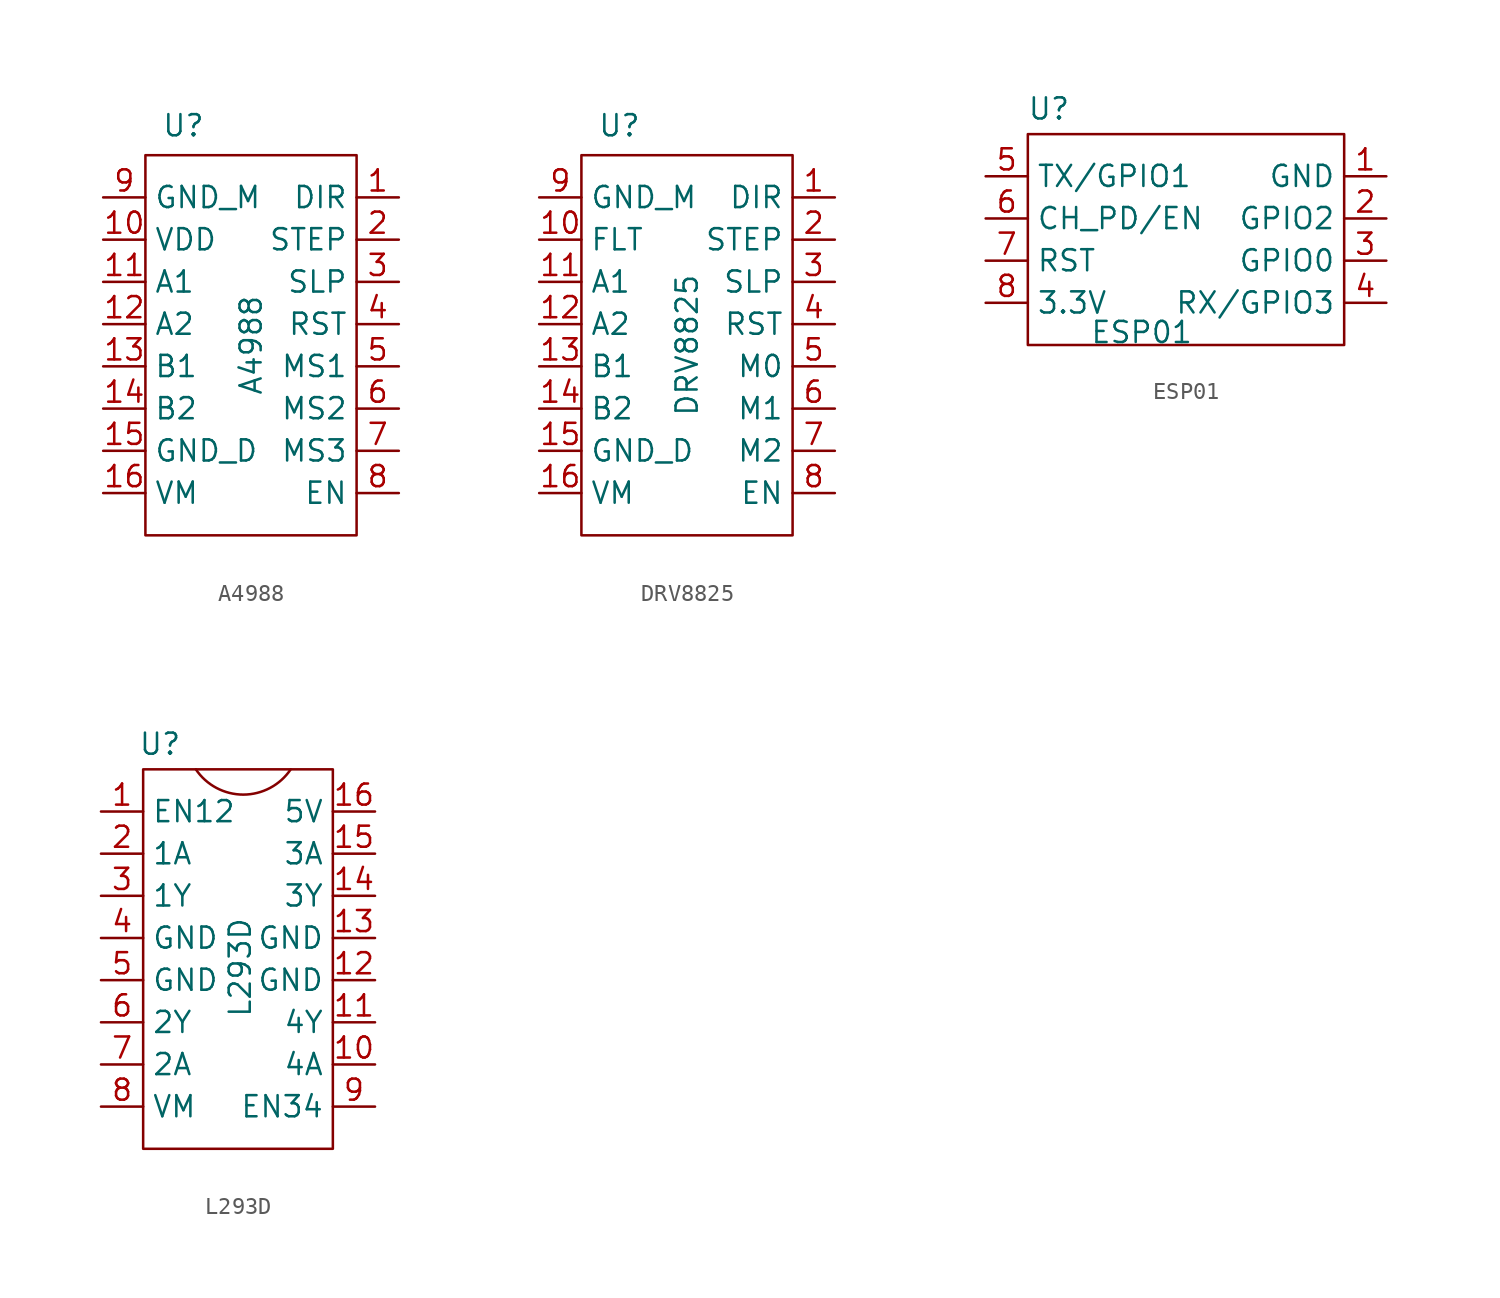
<source format=kicad_sym>
(kicad_symbol_lib
  (version 20231120)
  (generator "kicad_symbol_editor")
  (generator_version "8.0")
  (symbol "A4988"
    (property "Reference" "U"
      (at -4.064 13.208 0)
      (effects (font (size 1.27 1.27))))
    (property "Value" "A4988"
      (at 0 0 90)
      (effects (font (size 1.27 1.27))))
    (symbol "A4988_0_1"
      (rectangle (start -6.35 11.43) (end 6.35 -11.43) (stroke (width 0) (type default)) (fill (type none))))
    (symbol "A4988_1_1"
      (pin input line (at 8.89 8.89 180) (length 2.54) (name "DIR" (effects (font (size 1.27 1.27)))) (number "1" (effects (font (size 1.27 1.27)))))
      (pin input line (at -8.89 6.35 0) (length 2.54) (name "VDD" (effects (font (size 1.27 1.27)))) (number "10" (effects (font (size 1.27 1.27)))))
      (pin output line (at -8.89 3.81 0) (length 2.54) (name "A1" (effects (font (size 1.27 1.27)))) (number "11" (effects (font (size 1.27 1.27)))))
      (pin output line (at -8.89 1.27 0) (length 2.54) (name "A2" (effects (font (size 1.27 1.27)))) (number "12" (effects (font (size 1.27 1.27)))))
      (pin output line (at -8.89 -1.27 0) (length 2.54) (name "B1" (effects (font (size 1.27 1.27)))) (number "13" (effects (font (size 1.27 1.27)))))
      (pin output line (at -8.89 -3.81 0) (length 2.54) (name "B2" (effects (font (size 1.27 1.27)))) (number "14" (effects (font (size 1.27 1.27)))))
      (pin power_in line (at -8.89 -6.35 0) (length 2.54) (name "GND_D" (effects (font (size 1.27 1.27)))) (number "15" (effects (font (size 1.27 1.27)))))
      (pin power_in line (at -8.89 -8.89 0) (length 2.54) (name "VM" (effects (font (size 1.27 1.27)))) (number "16" (effects (font (size 1.27 1.27)))))
      (pin input line (at 8.89 6.35 180) (length 2.54) (name "STEP" (effects (font (size 1.27 1.27)))) (number "2" (effects (font (size 1.27 1.27)))))
      (pin input line (at 8.89 3.81 180) (length 2.54) (name "SLP" (effects (font (size 1.27 1.27)))) (number "3" (effects (font (size 1.27 1.27)))))
      (pin input line (at 8.89 1.27 180) (length 2.54) (name "RST" (effects (font (size 1.27 1.27)))) (number "4" (effects (font (size 1.27 1.27)))))
      (pin input line (at 8.89 -1.27 180) (length 2.54) (name "MS1" (effects (font (size 1.27 1.27)))) (number "5" (effects (font (size 1.27 1.27)))))
      (pin input line (at 8.89 -3.81 180) (length 2.54) (name "MS2" (effects (font (size 1.27 1.27)))) (number "6" (effects (font (size 1.27 1.27)))))
      (pin input line (at 8.89 -6.35 180) (length 2.54) (name "MS3" (effects (font (size 1.27 1.27)))) (number "7" (effects (font (size 1.27 1.27)))))
      (pin input line (at 8.89 -8.89 180) (length 2.54) (name "EN" (effects (font (size 1.27 1.27)))) (number "8" (effects (font (size 1.27 1.27)))))
      (pin power_in line (at -8.89 8.89 0) (length 2.54) (name "GND_M" (effects (font (size 1.27 1.27)))) (number "9" (effects (font (size 1.27 1.27)))))))
  (symbol "DRV8825"
    (property "Reference" "U"
      (at -4.064 13.208 0)
      (effects (font (size 1.27 1.27))))
    (property "Value" "DRV8825"
      (at 0 0 90)
      (effects (font (size 1.27 1.27))))
    (symbol "DRV8825_0_1"
      (rectangle (start -6.35 11.43) (end 6.35 -11.43) (stroke (width 0) (type default)) (fill (type none))))
    (symbol "DRV8825_1_1"
      (pin input line (at 8.89 8.89 180) (length 2.54) (name "DIR" (effects (font (size 1.27 1.27)))) (number "1" (effects (font (size 1.27 1.27)))))
      (pin output line (at -8.89 6.35 0) (length 2.54) (name "FLT" (effects (font (size 1.27 1.27)))) (number "10" (effects (font (size 1.27 1.27)))))
      (pin output line (at -8.89 3.81 0) (length 2.54) (name "A1" (effects (font (size 1.27 1.27)))) (number "11" (effects (font (size 1.27 1.27)))))
      (pin output line (at -8.89 1.27 0) (length 2.54) (name "A2" (effects (font (size 1.27 1.27)))) (number "12" (effects (font (size 1.27 1.27)))))
      (pin output line (at -8.89 -1.27 0) (length 2.54) (name "B1" (effects (font (size 1.27 1.27)))) (number "13" (effects (font (size 1.27 1.27)))))
      (pin output line (at -8.89 -3.81 0) (length 2.54) (name "B2" (effects (font (size 1.27 1.27)))) (number "14" (effects (font (size 1.27 1.27)))))
      (pin power_in line (at -8.89 -6.35 0) (length 2.54) (name "GND_D" (effects (font (size 1.27 1.27)))) (number "15" (effects (font (size 1.27 1.27)))))
      (pin power_in line (at -8.89 -8.89 0) (length 2.54) (name "VM" (effects (font (size 1.27 1.27)))) (number "16" (effects (font (size 1.27 1.27)))))
      (pin input line (at 8.89 6.35 180) (length 2.54) (name "STEP" (effects (font (size 1.27 1.27)))) (number "2" (effects (font (size 1.27 1.27)))))
      (pin input line (at 8.89 3.81 180) (length 2.54) (name "SLP" (effects (font (size 1.27 1.27)))) (number "3" (effects (font (size 1.27 1.27)))))
      (pin input line (at 8.89 1.27 180) (length 2.54) (name "RST" (effects (font (size 1.27 1.27)))) (number "4" (effects (font (size 1.27 1.27)))))
      (pin input line (at 8.89 -1.27 180) (length 2.54) (name "M0" (effects (font (size 1.27 1.27)))) (number "5" (effects (font (size 1.27 1.27)))))
      (pin input line (at 8.89 -3.81 180) (length 2.54) (name "M1" (effects (font (size 1.27 1.27)))) (number "6" (effects (font (size 1.27 1.27)))))
      (pin input line (at 8.89 -6.35 180) (length 2.54) (name "M2" (effects (font (size 1.27 1.27)))) (number "7" (effects (font (size 1.27 1.27)))))
      (pin input line (at 8.89 -8.89 180) (length 2.54) (name "EN" (effects (font (size 1.27 1.27)))) (number "8" (effects (font (size 1.27 1.27)))))
      (pin power_in line (at -8.89 8.89 0) (length 2.54) (name "GND_M" (effects (font (size 1.27 1.27)))) (number "9" (effects (font (size 1.27 1.27)))))))
  (symbol "ESP01"
    (property "Reference" "U"
      (at -10.16 12.954 0)
      (effects (font (size 1.27 1.27))))
    (property "Value" "ESP01"
      (at -4.572 -0.508 0)
      (effects (font (size 1.27 1.27))))
    (symbol "ESP01_0_1"
      (rectangle (start -11.43 11.43) (end 7.62 -1.27) (stroke (width 0) (type default)) (fill (type none))))
    (symbol "ESP01_1_1"
      (pin power_in line (at 10.16 8.89 180) (length 2.54) (name "GND" (effects (font (size 1.27 1.27)))) (number "1" (effects (font (size 1.27 1.27)))))
      (pin bidirectional line (at 10.16 6.35 180) (length 2.54) (name "GPIO2" (effects (font (size 1.27 1.27)))) (number "2" (effects (font (size 1.27 1.27)))))
      (pin bidirectional line (at 10.16 3.81 180) (length 2.54) (name "GPIO0" (effects (font (size 1.27 1.27)))) (number "3" (effects (font (size 1.27 1.27)))))
      (pin bidirectional line (at 10.16 1.27 180) (length 2.54) (name "RX/GPIO3" (effects (font (size 1.27 1.27)))) (number "4" (effects (font (size 1.27 1.27)))))
      (pin bidirectional line (at -13.97 8.89 0) (length 2.54) (name "TX/GPIO1" (effects (font (size 1.27 1.27)))) (number "5" (effects (font (size 1.27 1.27)))))
      (pin bidirectional line (at -13.97 6.35 0) (length 2.54) (name "CH_PD/EN" (effects (font (size 1.27 1.27)))) (number "6" (effects (font (size 1.27 1.27)))))
      (pin input line (at -13.97 3.81 0) (length 2.54) (name "RST" (effects (font (size 1.27 1.27)))) (number "7" (effects (font (size 1.27 1.27)))))
      (pin power_in line (at -13.97 1.27 0) (length 2.54) (name "3.3V" (effects (font (size 1.27 1.27)))) (number "8" (effects (font (size 1.27 1.27)))))))
  (symbol "L293D"
    (property "Reference" "U"
      (at -5.334 15.494 0)
      (effects (font (size 1.27 1.27))))
    (property "Value" "L293D"
      (at -0.508 2.032 90)
      (effects (font (size 1.27 1.27))))
    (symbol "L293D_0_1"
      (rectangle (start -6.35 13.97) (end 5.08 -8.89) (stroke (width 0) (type default)) (fill (type none)))
      (arc (start -3.175 13.97) (mid -0.2249 12.4502) (end 2.54 13.97) (stroke (width 0) (type default)) (fill (type none))))
    (symbol "L293D_1_1"
      (pin input line (at -8.89 11.43 0) (length 2.54) (name "EN12" (effects (font (size 1.27 1.27)))) (number "1" (effects (font (size 1.27 1.27)))))
      (pin input line (at 7.62 -3.81 180) (length 2.54) (name "4A" (effects (font (size 1.27 1.27)))) (number "10" (effects (font (size 1.27 1.27)))))
      (pin output line (at 7.62 -1.27 180) (length 2.54) (name "4Y" (effects (font (size 1.27 1.27)))) (number "11" (effects (font (size 1.27 1.27)))))
      (pin power_in line (at 7.62 1.27 180) (length 2.54) (name "GND" (effects (font (size 1.27 1.27)))) (number "12" (effects (font (size 1.27 1.27)))))
      (pin power_in line (at 7.62 3.81 180) (length 2.54) (name "GND" (effects (font (size 1.27 1.27)))) (number "13" (effects (font (size 1.27 1.27)))))
      (pin output line (at 7.62 6.35 180) (length 2.54) (name "3Y" (effects (font (size 1.27 1.27)))) (number "14" (effects (font (size 1.27 1.27)))))
      (pin input line (at 7.62 8.89 180) (length 2.54) (name "3A" (effects (font (size 1.27 1.27)))) (number "15" (effects (font (size 1.27 1.27)))))
      (pin power_in line (at 7.62 11.43 180) (length 2.54) (name "5V" (effects (font (size 1.27 1.27)))) (number "16" (effects (font (size 1.27 1.27)))))
      (pin input line (at -8.89 8.89 0) (length 2.54) (name "1A" (effects (font (size 1.27 1.27)))) (number "2" (effects (font (size 1.27 1.27)))))
      (pin output line (at -8.89 6.35 0) (length 2.54) (name "1Y" (effects (font (size 1.27 1.27)))) (number "3" (effects (font (size 1.27 1.27)))))
      (pin power_in line (at -8.89 3.81 0) (length 2.54) (name "GND" (effects (font (size 1.27 1.27)))) (number "4" (effects (font (size 1.27 1.27)))))
      (pin power_in line (at -8.89 1.27 0) (length 2.54) (name "GND" (effects (font (size 1.27 1.27)))) (number "5" (effects (font (size 1.27 1.27)))))
      (pin output line (at -8.89 -1.27 0) (length 2.54) (name "2Y" (effects (font (size 1.27 1.27)))) (number "6" (effects (font (size 1.27 1.27)))))
      (pin input line (at -8.89 -3.81 0) (length 2.54) (name "2A" (effects (font (size 1.27 1.27)))) (number "7" (effects (font (size 1.27 1.27)))))
      (pin power_out line (at -8.89 -6.35 0) (length 2.54) (name "VM" (effects (font (size 1.27 1.27)))) (number "8" (effects (font (size 1.27 1.27)))))
      (pin input line (at 7.62 -6.35 180) (length 2.54) (name "EN34" (effects (font (size 1.27 1.27)))) (number "9" (effects (font (size 1.27 1.27))))))))
</source>
